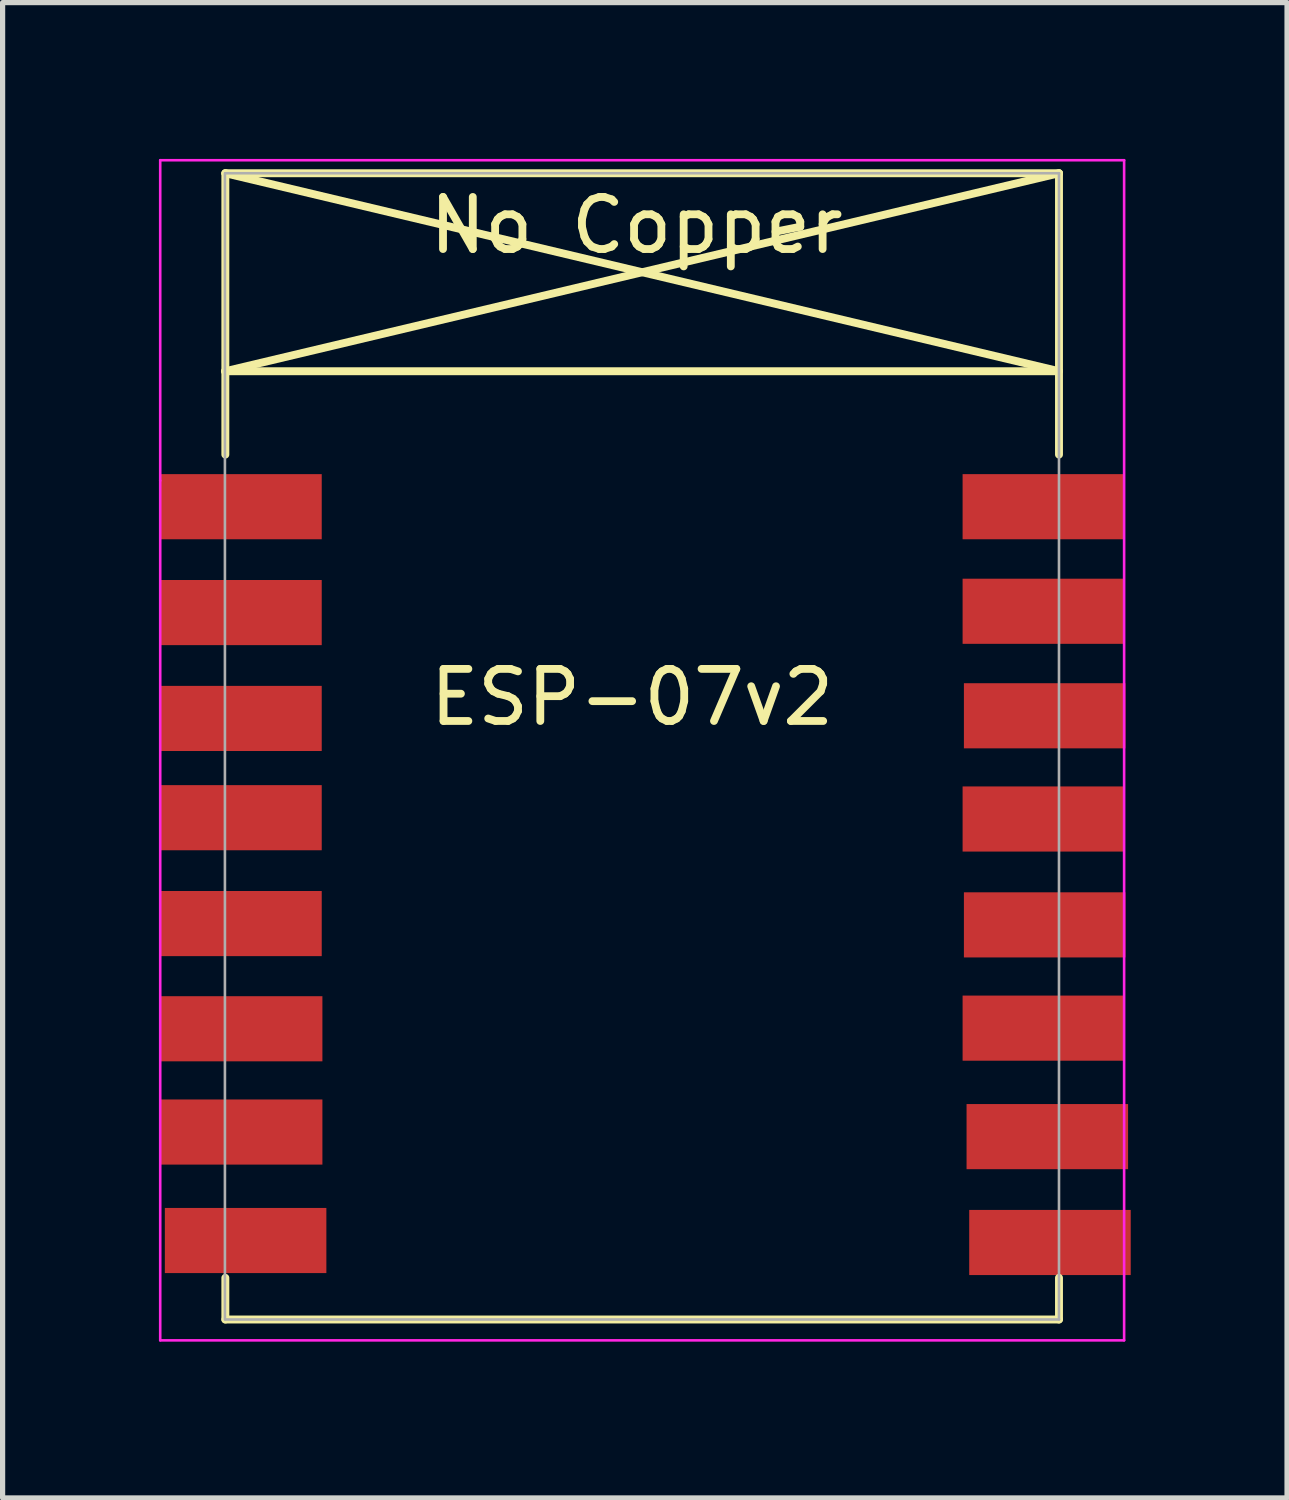
<source format=kicad_pcb>
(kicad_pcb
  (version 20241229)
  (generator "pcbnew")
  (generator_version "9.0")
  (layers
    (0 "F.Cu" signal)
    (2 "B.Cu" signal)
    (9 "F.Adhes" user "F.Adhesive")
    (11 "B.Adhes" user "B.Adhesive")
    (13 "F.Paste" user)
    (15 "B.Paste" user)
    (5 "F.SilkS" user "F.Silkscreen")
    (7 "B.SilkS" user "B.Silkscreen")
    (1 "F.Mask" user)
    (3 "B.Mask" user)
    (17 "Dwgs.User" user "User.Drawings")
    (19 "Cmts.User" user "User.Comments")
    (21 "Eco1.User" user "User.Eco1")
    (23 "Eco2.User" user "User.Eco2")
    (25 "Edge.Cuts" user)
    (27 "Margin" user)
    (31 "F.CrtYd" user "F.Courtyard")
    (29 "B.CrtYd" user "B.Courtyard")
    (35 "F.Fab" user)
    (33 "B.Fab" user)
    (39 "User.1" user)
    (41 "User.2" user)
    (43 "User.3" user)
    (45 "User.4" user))
  (footprint "ESP-07v2"
    (layer "F.Cu")
    (at 2.275 6.675)
    (property "Reference" "ESP-07v2" (at 6.807 3.658 180) (layer "F.SilkS") (effects (font (size 1 1) (thickness 0.15))))
    (attr through_hole)
    (fp_line (start -1.008 -2.6) (end 14.992 -2.6) (stroke (width 0.152) (type solid)) (layer "F.SilkS"))
    (fp_line (start -1 -6.4) (end -1 -1) (stroke (width 0.152) (type solid)) (layer "F.SilkS"))
    (fp_line (start -1 -6.4) (end 15 -6.4) (stroke (width 0.152) (type solid)) (layer "F.SilkS"))
    (fp_line (start -1 -6.4) (end 15 -2.6) (stroke (width 0.152) (type solid)) (layer "F.SilkS"))
    (fp_line (start -1 14.8) (end -1 15.6) (stroke (width 0.152) (type solid)) (layer "F.SilkS"))
    (fp_line (start -1 15.6) (end 15 15.6) (stroke (width 0.152) (type solid)) (layer "F.SilkS"))
    (fp_line (start 15 -6.4) (end -1 -2.6) (stroke (width 0.152) (type solid)) (layer "F.SilkS"))
    (fp_line (start 15 -6.4) (end 15 -1) (stroke (width 0.152) (type solid)) (layer "F.SilkS"))
    (fp_line (start 15 15.6) (end 15 14.8) (stroke (width 0.152) (type solid)) (layer "F.SilkS"))
    (fp_line (start -2.25 -6.65) (end 16.25 -6.65) (stroke (width 0.05) (type solid)) (layer "F.CrtYd"))
    (fp_line (start -2.25 -0.5) (end -2.25 -6.65) (stroke (width 0.05) (type solid)) (layer "F.CrtYd"))
    (fp_line (start -2.25 16) (end -2.25 -0.5) (stroke (width 0.05) (type solid)) (layer "F.CrtYd"))
    (fp_line (start 16.25 -6.65) (end 16.25 16) (stroke (width 0.05) (type solid)) (layer "F.CrtYd"))
    (fp_line (start 16.25 16) (end -2.25 16) (stroke (width 0.05) (type solid)) (layer "F.CrtYd"))
    (fp_line (start -1.008 15.6) (end -1.008 -6.4) (stroke (width 0.05) (type solid)) (layer "F.Fab"))
    (fp_line (start -1 -6.4) (end 15 -6.4) (stroke (width 0.05) (type solid)) (layer "F.Fab"))
    (fp_line (start 15 -6.4) (end 15 15.6) (stroke (width 0.05) (type solid)) (layer "F.Fab"))
    (fp_line (start 15 15.6) (end -1 15.6) (stroke (width 0.05) (type solid)) (layer "F.Fab"))
    (fp_text user "No Copper" (at 6.892 -5.4 0) (layer "F.SilkS") (effects (font (size 1 1) (thickness 0.15))))
    (pad "1" smd rect (at 0 0) (size 3.1 1.25) (drill (offset -0.7 0)) (layers "F.Cu" "F.Mask" "F.Paste"))
    (pad "2" smd rect (at 0 2.032) (size 3.1 1.25) (drill (offset -0.7 0)) (layers "F.Cu" "F.Mask" "F.Paste"))
    (pad "3" smd rect (at 0 4.064) (size 3.1 1.25) (drill (offset -0.7 0)) (layers "F.Cu" "F.Mask" "F.Paste"))
    (pad "4" smd rect (at 0 5.969) (size 3.1 1.25) (drill (offset -0.7 0)) (layers "F.Cu" "F.Mask" "F.Paste"))
    (pad "5" smd rect (at 0 8.001) (size 3.1 1.25) (drill (offset -0.7 0)) (layers "F.Cu" "F.Mask" "F.Paste"))
    (pad "6" smd rect (at 0.013 10.02) (size 3.1 1.25) (drill (offset -0.7 0)) (layers "F.Cu" "F.Mask" "F.Paste"))
    (pad "7" smd rect (at 0.013 12.002) (size 3.1 1.25) (drill (offset -0.7 0)) (layers "F.Cu" "F.Mask" "F.Paste"))
    (pad "8" smd rect (at 0.089 14.084) (size 3.1 1.25) (drill (offset -0.7 0)) (layers "F.Cu" "F.Mask" "F.Paste"))
    (pad "9" smd rect (at 14.127 14.122) (size 3.1 1.25) (drill (offset 0.7 0)) (layers "F.Cu" "F.Mask" "F.Paste"))
    (pad "10" smd rect (at 14.076 12.09) (size 3.1 1.25) (drill (offset 0.7 0)) (layers "F.Cu" "F.Mask" "F.Paste"))
    (pad "11" smd rect (at 14 10.008) (size 3.1 1.25) (drill (offset 0.7 0)) (layers "F.Cu" "F.Mask" "F.Paste"))
    (pad "12" smd rect (at 14.025 8.026) (size 3.1 1.25) (drill (offset 0.7 0)) (layers "F.Cu" "F.Mask" "F.Paste"))
    (pad "13" smd rect (at 14 5.994) (size 3.1 1.25) (drill (offset 0.7 0)) (layers "F.Cu" "F.Mask" "F.Paste"))
    (pad "14" smd rect (at 14.025 4.013) (size 3.1 1.25) (drill (offset 0.7 0)) (layers "F.Cu" "F.Mask" "F.Paste"))
    (pad "15" smd rect (at 14 2.007) (size 3.1 1.25) (drill (offset 0.7 0)) (layers "F.Cu" "F.Mask" "F.Paste"))
    (pad "16" smd rect (at 14 0) (size 3.1 1.25) (drill (offset 0.7 0)) (layers "F.Cu" "F.Mask" "F.Paste")))
  (gr_rect
    (start -3 -3)
    (end 21.652 25.7)
    (stroke (width 0.1) (type default))
    (fill no)
    (layer "Edge.Cuts")))
</source>
